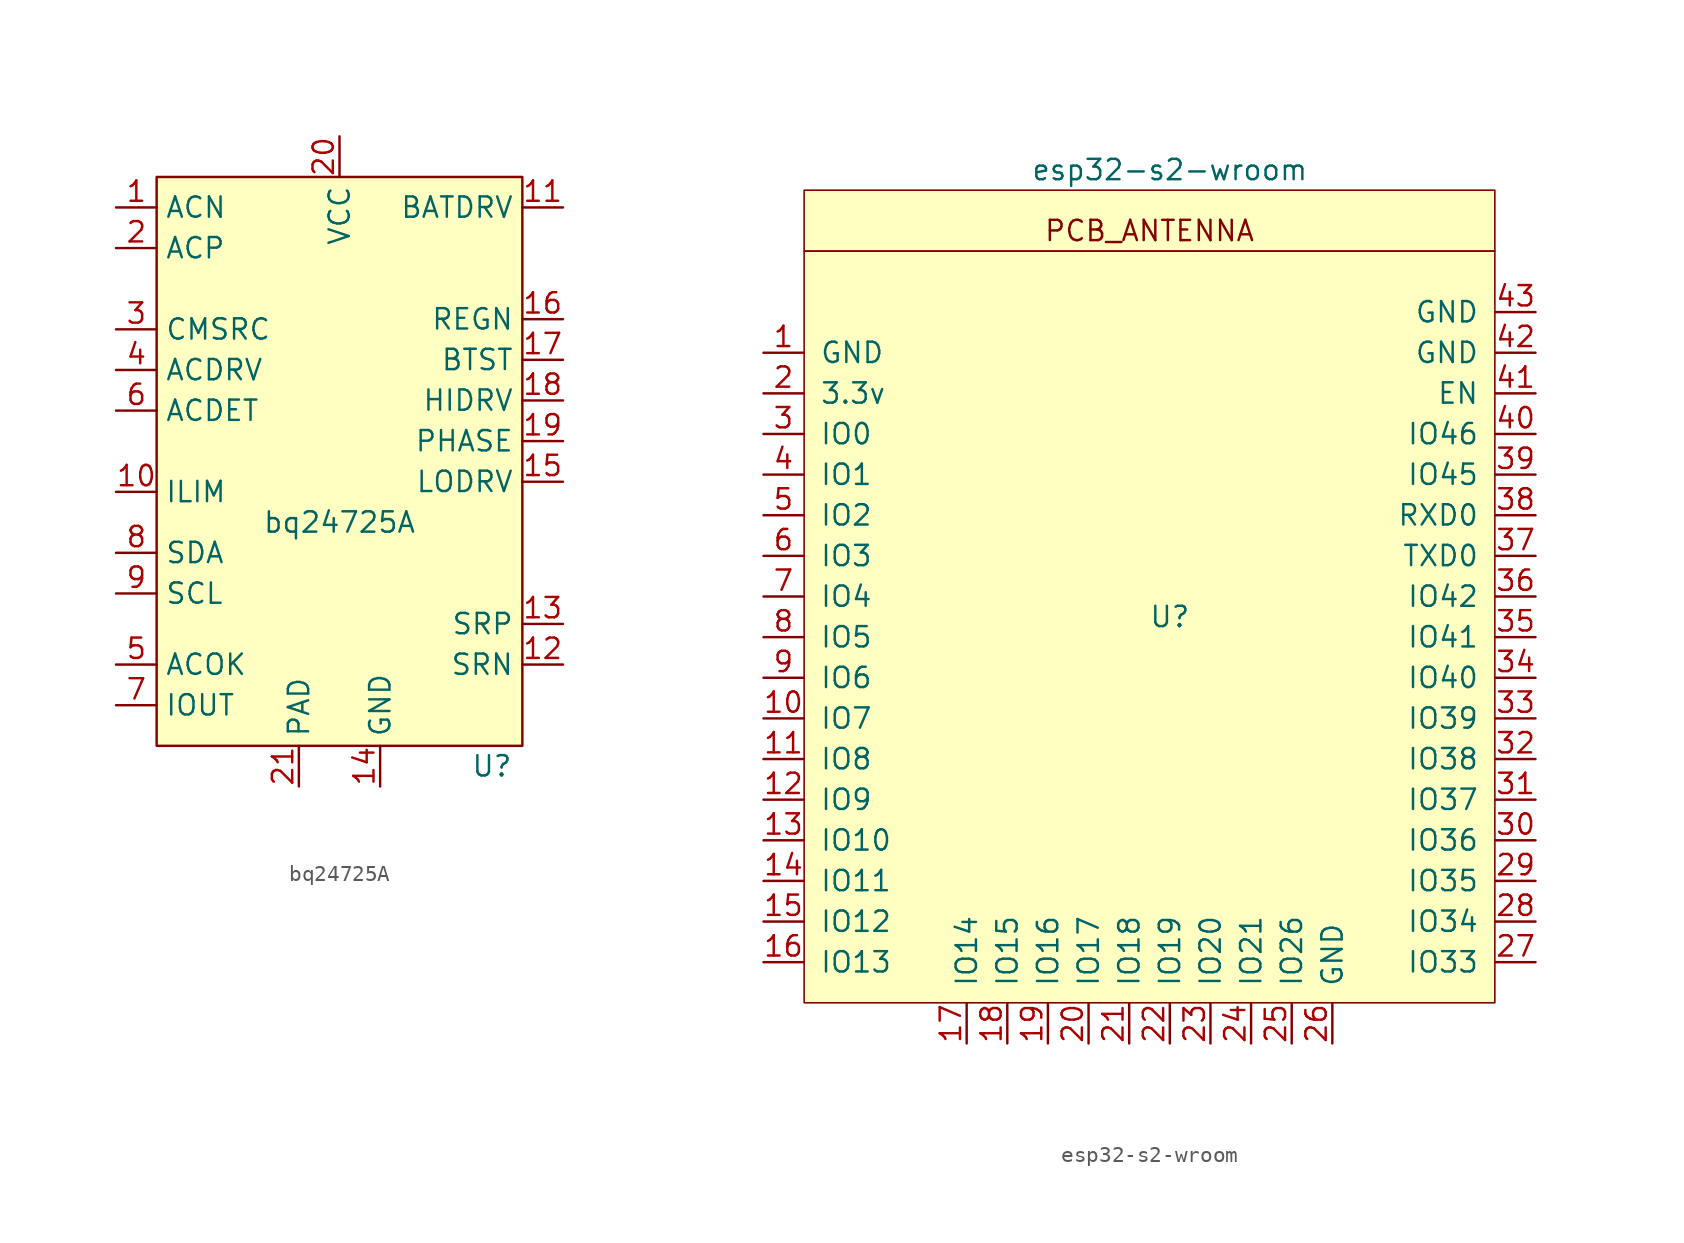
<source format=kicad_sym>
(kicad_symbol_lib
  (version 20201005)
  (generator kicad_symbol_editor)
  (symbol "HoerbaerParts:bq24725A"
    (property "Reference" "U"
      (at 9.525 -19.685 0)
      (effects (font (size 1.27 1.27))))
    (property "Value" "bq24725A"
      (at 0 -4.445 0)
      (effects (font (size 1.27 1.27))))
    (symbol "bq24725A_0_0"
      (pin input line (at -13.97 15.24 0) (length 2.54) (name "ACN" (effects (font (size 1.27 1.27)))) (number "1" (effects (font (size 1.27 1.27)))))
      (pin input line (at -13.97 -2.54 0) (length 2.54) (name "ILIM" (effects (font (size 1.27 1.27)))) (number "10" (effects (font (size 1.27 1.27)))))
      (pin output line (at 13.97 15.24 180) (length 2.54) (name "BATDRV" (effects (font (size 1.27 1.27)))) (number "11" (effects (font (size 1.27 1.27)))))
      (pin input line (at 13.97 -13.335 180) (length 2.54) (name "SRN" (effects (font (size 1.27 1.27)))) (number "12" (effects (font (size 1.27 1.27)))))
      (pin input line (at 13.97 -10.795 180) (length 2.54) (name "SRP" (effects (font (size 1.27 1.27)))) (number "13" (effects (font (size 1.27 1.27)))))
      (pin passive line (at 2.54 -20.955 90) (length 2.54) (name "GND" (effects (font (size 1.27 1.27)))) (number "14" (effects (font (size 1.27 1.27)))))
      (pin input line (at 13.97 -1.905 180) (length 2.54) (name "LODRV" (effects (font (size 1.27 1.27)))) (number "15" (effects (font (size 1.27 1.27)))))
      (pin output line (at 13.97 8.255 180) (length 2.54) (name "REGN" (effects (font (size 1.27 1.27)))) (number "16" (effects (font (size 1.27 1.27)))))
      (pin input line (at 13.97 5.715 180) (length 2.54) (name "BTST" (effects (font (size 1.27 1.27)))) (number "17" (effects (font (size 1.27 1.27)))))
      (pin output line (at 13.97 3.175 180) (length 2.54) (name "HIDRV" (effects (font (size 1.27 1.27)))) (number "18" (effects (font (size 1.27 1.27)))))
      (pin input line (at 13.97 0.635 180) (length 2.54) (name "PHASE" (effects (font (size 1.27 1.27)))) (number "19" (effects (font (size 1.27 1.27)))))
      (pin input line (at -13.97 12.7 0) (length 2.54) (name "ACP" (effects (font (size 1.27 1.27)))) (number "2" (effects (font (size 1.27 1.27)))))
      (pin power_in line (at 0 19.685 270) (length 2.54) (name "VCC" (effects (font (size 1.27 1.27)))) (number "20" (effects (font (size 1.27 1.27)))))
      (pin passive line (at -2.54 -20.955 90) (length 2.54) (name "PAD" (effects (font (size 1.27 1.27)))) (number "21" (effects (font (size 1.27 1.27)))))
      (pin input line (at -13.97 7.62 0) (length 2.54) (name "CMSRC" (effects (font (size 1.27 1.27)))) (number "3" (effects (font (size 1.27 1.27)))))
      (pin output line (at -13.97 5.08 0) (length 2.54) (name "ACDRV" (effects (font (size 1.27 1.27)))) (number "4" (effects (font (size 1.27 1.27)))))
      (pin output line (at -13.97 -13.335 0) (length 2.54) (name "ACOK" (effects (font (size 1.27 1.27)))) (number "5" (effects (font (size 1.27 1.27)))))
      (pin input line (at -13.97 2.54 0) (length 2.54) (name "ACDET" (effects (font (size 1.27 1.27)))) (number "6" (effects (font (size 1.27 1.27)))))
      (pin output line (at -13.97 -15.875 0) (length 2.54) (name "IOUT" (effects (font (size 1.27 1.27)))) (number "7" (effects (font (size 1.27 1.27)))))
      (pin bidirectional line (at -13.97 -6.35 0) (length 2.54) (name "SDA" (effects (font (size 1.27 1.27)))) (number "8" (effects (font (size 1.27 1.27)))))
      (pin bidirectional line (at -13.97 -8.89 0) (length 2.54) (name "SCL" (effects (font (size 1.27 1.27)))) (number "9" (effects (font (size 1.27 1.27))))))
    (symbol "bq24725A_0_1"
      (rectangle (start -11.43 17.145) (end 11.43 -18.415) (stroke (width 0.152)) (fill (type background)))))
  (symbol "HoerbaerParts:esp32-s2-wroom"
    (pin_names
      (offset 1.016))
    (property "Reference" "U"
      (at 0 0 0)
      (effects (font (size 1.27 1.27))))
    (property "Value" "esp32-s2-wroom"
      (at 0 27.94 0)
      (effects (font (size 1.27 1.27))))
    (symbol "esp32-s2-wroom_0_0"
      (text "PCB_ANTENNA" (at -1.27 24.13 0) (effects (font (size 1.27 1.27))))
      (rectangle (start -22.86 22.86) (end 20.32 -24.13) (stroke (width 0.1)) (fill (type background)))
      (rectangle (start -22.86 22.86) (end 20.32 26.67) (stroke (width 0.1)) (fill (type background))))
    (symbol "esp32-s2-wroom_1_1"
      (pin power_in line (at -25.4 16.51 0) (length 2.489) (name "GND" (effects (font (size 1.27 1.27)))) (number "1" (effects (font (size 1.27 1.27)))))
      (pin bidirectional line (at -25.4 -6.35 0) (length 2.489) (name "IO7" (effects (font (size 1.27 1.27)))) (number "10" (effects (font (size 1.27 1.27)))))
      (pin bidirectional line (at -25.4 -8.89 0) (length 2.489) (name "IO8" (effects (font (size 1.27 1.27)))) (number "11" (effects (font (size 1.27 1.27)))))
      (pin bidirectional line (at -25.4 -11.43 0) (length 2.489) (name "IO9" (effects (font (size 1.27 1.27)))) (number "12" (effects (font (size 1.27 1.27)))))
      (pin bidirectional line (at -25.4 -13.97 0) (length 2.489) (name "IO10" (effects (font (size 1.27 1.27)))) (number "13" (effects (font (size 1.27 1.27)))))
      (pin bidirectional line (at -25.4 -16.51 0) (length 2.489) (name "IO11" (effects (font (size 1.27 1.27)))) (number "14" (effects (font (size 1.27 1.27)))))
      (pin bidirectional line (at -25.4 -19.05 0) (length 2.489) (name "IO12" (effects (font (size 1.27 1.27)))) (number "15" (effects (font (size 1.27 1.27)))))
      (pin bidirectional line (at -25.4 -21.59 0) (length 2.489) (name "IO13" (effects (font (size 1.27 1.27)))) (number "16" (effects (font (size 1.27 1.27)))))
      (pin bidirectional line (at -12.7 -26.67 90) (length 2.489) (name "IO14" (effects (font (size 1.27 1.27)))) (number "17" (effects (font (size 1.27 1.27)))))
      (pin bidirectional line (at -10.16 -26.67 90) (length 2.489) (name "IO15" (effects (font (size 1.27 1.27)))) (number "18" (effects (font (size 1.27 1.27)))))
      (pin bidirectional line (at -7.62 -26.67 90) (length 2.489) (name "IO16" (effects (font (size 1.27 1.27)))) (number "19" (effects (font (size 1.27 1.27)))))
      (pin power_in line (at -25.4 13.97 0) (length 2.489) (name "3.3v" (effects (font (size 1.27 1.27)))) (number "2" (effects (font (size 1.27 1.27)))))
      (pin bidirectional line (at -5.08 -26.67 90) (length 2.489) (name "IO17" (effects (font (size 1.27 1.27)))) (number "20" (effects (font (size 1.27 1.27)))))
      (pin bidirectional line (at -2.54 -26.67 90) (length 2.489) (name "IO18" (effects (font (size 1.27 1.27)))) (number "21" (effects (font (size 1.27 1.27)))))
      (pin bidirectional line (at 0 -26.67 90) (length 2.489) (name "IO19" (effects (font (size 1.27 1.27)))) (number "22" (effects (font (size 1.27 1.27)))))
      (pin bidirectional line (at 2.54 -26.67 90) (length 2.489) (name "IO20" (effects (font (size 1.27 1.27)))) (number "23" (effects (font (size 1.27 1.27)))))
      (pin bidirectional line (at 5.08 -26.67 90) (length 2.489) (name "IO21" (effects (font (size 1.27 1.27)))) (number "24" (effects (font (size 1.27 1.27)))))
      (pin bidirectional line (at 7.62 -26.67 90) (length 2.489) (name "IO26" (effects (font (size 1.27 1.27)))) (number "25" (effects (font (size 1.27 1.27)))))
      (pin power_in line (at 10.16 -26.67 90) (length 2.489) (name "GND" (effects (font (size 1.27 1.27)))) (number "26" (effects (font (size 1.27 1.27)))))
      (pin bidirectional line (at 22.86 -21.59 180) (length 2.489) (name "IO33" (effects (font (size 1.27 1.27)))) (number "27" (effects (font (size 1.27 1.27)))))
      (pin bidirectional line (at 22.86 -19.05 180) (length 2.489) (name "IO34" (effects (font (size 1.27 1.27)))) (number "28" (effects (font (size 1.27 1.27)))))
      (pin bidirectional line (at 22.86 -16.51 180) (length 2.489) (name "IO35" (effects (font (size 1.27 1.27)))) (number "29" (effects (font (size 1.27 1.27)))))
      (pin bidirectional line (at -25.4 11.43 0) (length 2.489) (name "IO0" (effects (font (size 1.27 1.27)))) (number "3" (effects (font (size 1.27 1.27)))))
      (pin bidirectional line (at 22.86 -13.97 180) (length 2.489) (name "IO36" (effects (font (size 1.27 1.27)))) (number "30" (effects (font (size 1.27 1.27)))))
      (pin bidirectional line (at 22.86 -11.43 180) (length 2.489) (name "IO37" (effects (font (size 1.27 1.27)))) (number "31" (effects (font (size 1.27 1.27)))))
      (pin bidirectional line (at 22.86 -8.89 180) (length 2.489) (name "IO38" (effects (font (size 1.27 1.27)))) (number "32" (effects (font (size 1.27 1.27)))))
      (pin bidirectional line (at 22.86 -6.35 180) (length 2.489) (name "IO39" (effects (font (size 1.27 1.27)))) (number "33" (effects (font (size 1.27 1.27)))))
      (pin bidirectional line (at 22.86 -3.81 180) (length 2.489) (name "IO40" (effects (font (size 1.27 1.27)))) (number "34" (effects (font (size 1.27 1.27)))))
      (pin bidirectional line (at 22.86 -1.27 180) (length 2.489) (name "IO41" (effects (font (size 1.27 1.27)))) (number "35" (effects (font (size 1.27 1.27)))))
      (pin bidirectional line (at 22.86 1.27 180) (length 2.489) (name "IO42" (effects (font (size 1.27 1.27)))) (number "36" (effects (font (size 1.27 1.27)))))
      (pin bidirectional line (at 22.86 3.81 180) (length 2.489) (name "TXD0" (effects (font (size 1.27 1.27)))) (number "37" (effects (font (size 1.27 1.27)))))
      (pin bidirectional line (at 22.86 6.35 180) (length 2.489) (name "RXD0" (effects (font (size 1.27 1.27)))) (number "38" (effects (font (size 1.27 1.27)))))
      (pin bidirectional line (at 22.86 8.89 180) (length 2.489) (name "IO45" (effects (font (size 1.27 1.27)))) (number "39" (effects (font (size 1.27 1.27)))))
      (pin bidirectional line (at -25.4 8.89 0) (length 2.489) (name "IO1" (effects (font (size 1.27 1.27)))) (number "4" (effects (font (size 1.27 1.27)))))
      (pin bidirectional line (at 22.86 11.43 180) (length 2.489) (name "IO46" (effects (font (size 1.27 1.27)))) (number "40" (effects (font (size 1.27 1.27)))))
      (pin bidirectional line (at 22.86 13.97 180) (length 2.489) (name "EN" (effects (font (size 1.27 1.27)))) (number "41" (effects (font (size 1.27 1.27)))))
      (pin power_in line (at 22.86 16.51 180) (length 2.489) (name "GND" (effects (font (size 1.27 1.27)))) (number "42" (effects (font (size 1.27 1.27)))))
      (pin power_in line (at 22.86 19.05 180) (length 2.489) (name "GND" (effects (font (size 1.27 1.27)))) (number "43" (effects (font (size 1.27 1.27)))))
      (pin bidirectional line (at -25.4 6.35 0) (length 2.489) (name "IO2" (effects (font (size 1.27 1.27)))) (number "5" (effects (font (size 1.27 1.27)))))
      (pin bidirectional line (at -25.4 3.81 0) (length 2.489) (name "IO3" (effects (font (size 1.27 1.27)))) (number "6" (effects (font (size 1.27 1.27)))))
      (pin bidirectional line (at -25.4 1.27 0) (length 2.489) (name "IO4" (effects (font (size 1.27 1.27)))) (number "7" (effects (font (size 1.27 1.27)))))
      (pin bidirectional line (at -25.4 -1.27 0) (length 2.489) (name "IO5" (effects (font (size 1.27 1.27)))) (number "8" (effects (font (size 1.27 1.27)))))
      (pin bidirectional line (at -25.4 -3.81 0) (length 2.489) (name "IO6" (effects (font (size 1.27 1.27)))) (number "9" (effects (font (size 1.27 1.27))))))))
</source>
